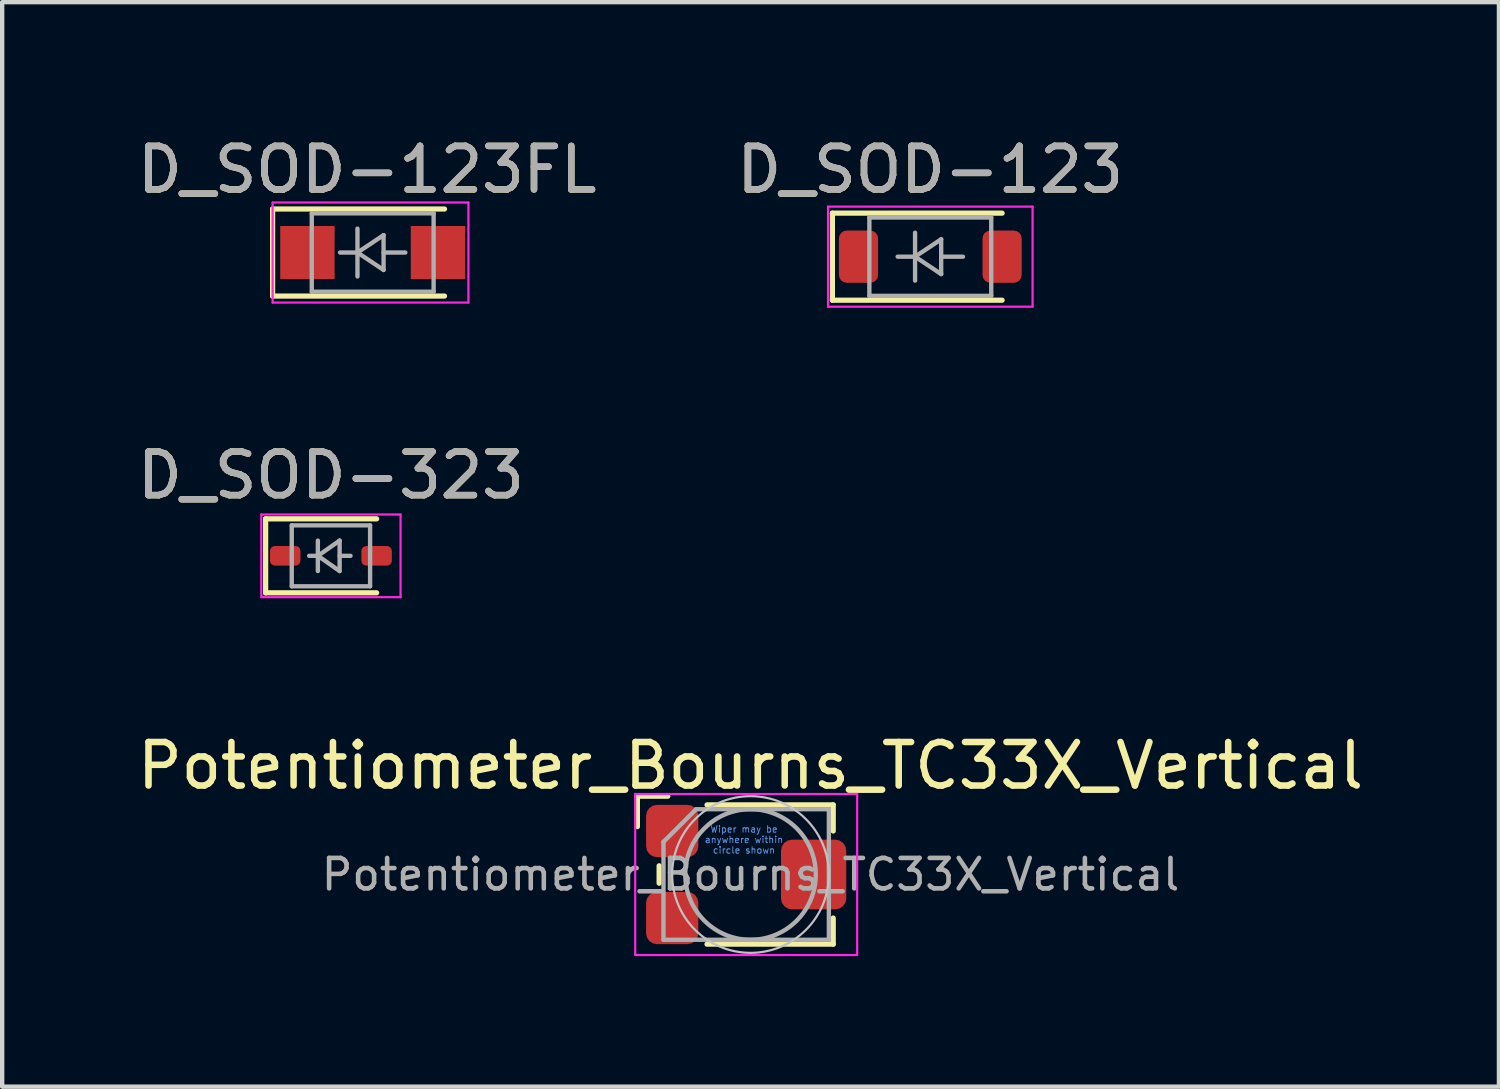
<source format=kicad_pcb>
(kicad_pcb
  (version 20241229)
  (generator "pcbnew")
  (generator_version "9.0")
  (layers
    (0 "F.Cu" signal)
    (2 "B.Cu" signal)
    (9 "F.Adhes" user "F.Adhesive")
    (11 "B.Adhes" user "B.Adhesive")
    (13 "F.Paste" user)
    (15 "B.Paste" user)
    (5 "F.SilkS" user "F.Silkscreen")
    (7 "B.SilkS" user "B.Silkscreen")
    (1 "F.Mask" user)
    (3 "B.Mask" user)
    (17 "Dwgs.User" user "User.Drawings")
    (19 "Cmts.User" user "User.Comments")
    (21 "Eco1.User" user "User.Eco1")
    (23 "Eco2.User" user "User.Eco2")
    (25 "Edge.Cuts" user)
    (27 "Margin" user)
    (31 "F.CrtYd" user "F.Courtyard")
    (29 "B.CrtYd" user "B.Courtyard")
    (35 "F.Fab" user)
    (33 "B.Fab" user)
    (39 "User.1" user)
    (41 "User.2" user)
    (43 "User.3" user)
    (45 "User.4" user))
  (footprint "D_SOD-123FL"
    (layer "F.Cu")
    (at 5.514 2.753)
    (property "Reference" "D_SOD-123FL" (at -0.127 -1.905 0) (layer "F.SilkS") (effects (font (size 1 1) (thickness 0.15))))
    (attr smd)
    (fp_line (start -2.3 -1) (end -2.3 1) (stroke (width 0.12) (type solid)) (layer "F.SilkS"))
    (fp_line (start -2.3 -1) (end 1.65 -1) (stroke (width 0.12) (type solid)) (layer "F.SilkS"))
    (fp_line (start -2.3 1) (end 1.65 1) (stroke (width 0.12) (type solid)) (layer "F.SilkS"))
    (fp_line (start -2.3 -1.15) (end -2.3 1.15) (stroke (width 0.05) (type solid)) (layer "F.CrtYd"))
    (fp_line (start -2.3 -1.15) (end 2.2 -1.15) (stroke (width 0.05) (type solid)) (layer "F.CrtYd"))
    (fp_line (start 2.2 -1.15) (end 2.2 1.15) (stroke (width 0.05) (type solid)) (layer "F.CrtYd"))
    (fp_line (start 2.2 1.15) (end -2.3 1.15) (stroke (width 0.05) (type solid)) (layer "F.CrtYd"))
    (fp_line (start -1.4 -0.9) (end 1.4 -0.9) (stroke (width 0.1) (type solid)) (layer "F.Fab"))
    (fp_line (start -1.4 0.9) (end -1.4 -0.9) (stroke (width 0.1) (type solid)) (layer "F.Fab"))
    (fp_line (start -0.75 0) (end -0.35 0) (stroke (width 0.1) (type solid)) (layer "F.Fab"))
    (fp_line (start -0.35 0) (end -0.35 -0.55) (stroke (width 0.1) (type solid)) (layer "F.Fab"))
    (fp_line (start -0.35 0) (end -0.35 0.55) (stroke (width 0.1) (type solid)) (layer "F.Fab"))
    (fp_line (start -0.35 0) (end 0.25 -0.4) (stroke (width 0.1) (type solid)) (layer "F.Fab"))
    (fp_line (start 0.25 -0.4) (end 0.25 0.4) (stroke (width 0.1) (type solid)) (layer "F.Fab"))
    (fp_line (start 0.25 0) (end 0.75 0) (stroke (width 0.1) (type solid)) (layer "F.Fab"))
    (fp_line (start 0.25 0.4) (end -0.35 0) (stroke (width 0.1) (type solid)) (layer "F.Fab"))
    (fp_line (start 1.4 -0.9) (end 1.4 0.9) (stroke (width 0.1) (type solid)) (layer "F.Fab"))
    (fp_line (start 1.4 0.9) (end -1.4 0.9) (stroke (width 0.1) (type solid)) (layer "F.Fab"))
    (fp_text user "${REFERENCE}" (at -0.127 -1.905 0) (layer "F.Fab") (effects (font (size 1 1) (thickness 0.15))))
    (pad "1" smd rect (at -1.5 0) (size 1.25 1.22) (layers "F.Cu" "F.Mask" "F.Paste"))
    (pad "2" smd rect (at 1.5 0) (size 1.25 1.22) (layers "F.Cu" "F.Mask" "F.Paste")))
  (footprint "D_SOD-123"
    (layer "F.Cu")
    (at 18.327 2.848)
    (property "Reference" "D_SOD-123" (at 0 -2 0) (layer "F.SilkS") (effects (font (size 1 1) (thickness 0.15))))
    (attr smd)
    (fp_line (start -2.25 -1) (end -2.25 1) (stroke (width 0.12) (type solid)) (layer "F.SilkS"))
    (fp_line (start -2.25 -1) (end 1.65 -1) (stroke (width 0.12) (type solid)) (layer "F.SilkS"))
    (fp_line (start -2.25 1) (end 1.65 1) (stroke (width 0.12) (type solid)) (layer "F.SilkS"))
    (fp_line (start -2.35 -1.15) (end -2.35 1.15) (stroke (width 0.05) (type solid)) (layer "F.CrtYd"))
    (fp_line (start -2.35 -1.15) (end 2.35 -1.15) (stroke (width 0.05) (type solid)) (layer "F.CrtYd"))
    (fp_line (start 2.35 -1.15) (end 2.35 1.15) (stroke (width 0.05) (type solid)) (layer "F.CrtYd"))
    (fp_line (start 2.35 1.15) (end -2.35 1.15) (stroke (width 0.05) (type solid)) (layer "F.CrtYd"))
    (fp_line (start -1.4 -0.9) (end 1.4 -0.9) (stroke (width 0.1) (type solid)) (layer "F.Fab"))
    (fp_line (start -1.4 0.9) (end -1.4 -0.9) (stroke (width 0.1) (type solid)) (layer "F.Fab"))
    (fp_line (start -0.75 0) (end -0.35 0) (stroke (width 0.1) (type solid)) (layer "F.Fab"))
    (fp_line (start -0.35 0) (end -0.35 -0.55) (stroke (width 0.1) (type solid)) (layer "F.Fab"))
    (fp_line (start -0.35 0) (end -0.35 0.55) (stroke (width 0.1) (type solid)) (layer "F.Fab"))
    (fp_line (start -0.35 0) (end 0.25 -0.4) (stroke (width 0.1) (type solid)) (layer "F.Fab"))
    (fp_line (start 0.25 -0.4) (end 0.25 0.4) (stroke (width 0.1) (type solid)) (layer "F.Fab"))
    (fp_line (start 0.25 0) (end 0.75 0) (stroke (width 0.1) (type solid)) (layer "F.Fab"))
    (fp_line (start 0.25 0.4) (end -0.35 0) (stroke (width 0.1) (type solid)) (layer "F.Fab"))
    (fp_line (start 1.4 -0.9) (end 1.4 0.9) (stroke (width 0.1) (type solid)) (layer "F.Fab"))
    (fp_line (start 1.4 0.9) (end -1.4 0.9) (stroke (width 0.1) (type solid)) (layer "F.Fab"))
    (fp_text user "${REFERENCE}" (at 0 -2 0) (layer "F.Fab") (effects (font (size 1 1) (thickness 0.15))))
    (pad "1" smd roundrect (at -1.65 0) (size 0.9 1.2) (layers "F.Cu" "F.Mask" "F.Paste") (roundrect_rratio 0.2))
    (pad "2" smd roundrect (at 1.65 0) (size 0.9 1.2) (layers "F.Cu" "F.Mask" "F.Paste") (roundrect_rratio 0.2)))
  (footprint "Potentiometer_Bourns_TC33X_Vertical"
    (layer "F.Cu")
    (at 14.196 17.045)
    (property "Reference" "Potentiometer_Bourns_TC33X_Vertical" (at 0 -2.5 0) (layer "F.SilkS") (effects (font (size 1 1) (thickness 0.15))))
    (attr smd)
    (fp_line (start -2.6 -1.8) (end -2.6 -1.1) (stroke (width 0.12) (type solid)) (layer "F.SilkS"))
    (fp_line (start -2.1 -0.2) (end -2.1 0.2) (stroke (width 0.12) (type solid)) (layer "F.SilkS"))
    (fp_line (start -1.9 -1.8) (end -2.6 -1.8) (stroke (width 0.12) (type solid)) (layer "F.SilkS"))
    (fp_line (start -1 -1.6) (end 1.9 -1.6) (stroke (width 0.12) (type solid)) (layer "F.SilkS"))
    (fp_line (start -1 1.6) (end 1.9 1.6) (stroke (width 0.12) (type solid)) (layer "F.SilkS"))
    (fp_line (start 1.9 -1.6) (end 1.9 -1) (stroke (width 0.12) (type solid)) (layer "F.SilkS"))
    (fp_line (start 1.9 1.6) (end 1.9 1) (stroke (width 0.12) (type solid)) (layer "F.SilkS"))
    (fp_circle (center 0 0) (end 1.8 0) (stroke (width 0.05) (type solid)) (fill no) (layer "Dwgs.User"))
    (fp_line (start -2.65 -1.85) (end 2.45 -1.85) (stroke (width 0.05) (type solid)) (layer "F.CrtYd"))
    (fp_line (start -2.65 1.85) (end -2.65 -1.85) (stroke (width 0.05) (type solid)) (layer "F.CrtYd"))
    (fp_line (start 2.45 -1.85) (end 2.45 1.85) (stroke (width 0.05) (type solid)) (layer "F.CrtYd"))
    (fp_line (start 2.45 1.85) (end -2.65 1.85) (stroke (width 0.05) (type solid)) (layer "F.CrtYd"))
    (fp_line (start -2 -0.75) (end -2 1.5) (stroke (width 0.1) (type solid)) (layer "F.Fab"))
    (fp_line (start -2 1.5) (end 1.8 1.5) (stroke (width 0.1) (type solid)) (layer "F.Fab"))
    (fp_line (start -1.25 -1.5) (end -2 -0.75) (stroke (width 0.1) (type solid)) (layer "F.Fab"))
    (fp_line (start 1.8 -1.5) (end -1.25 -1.5) (stroke (width 0.1) (type solid)) (layer "F.Fab"))
    (fp_line (start 1.8 1.5) (end 1.8 -1.5) (stroke (width 0.1) (type solid)) (layer "F.Fab"))
    (fp_circle (center 0 0) (end 1.5 0) (stroke (width 0.1) (type solid)) (fill no) (layer "F.Fab"))
    (fp_text user "Wiper may be\nanywhere within\ncircle shown" (at -0.15 -0.8 0) (layer "Cmts.User") (effects (font (size 0.15 0.15) (thickness 0.02))))
    (fp_text user "${REFERENCE}" (at 0 0 0) (layer "F.Fab") (effects (font (size 0.7 0.7) (thickness 0.105))))
    (pad "1" smd roundrect (at -1.8 -1) (size 1.2 1.2) (layers "F.Cu" "F.Mask" "F.Paste") (roundrect_rratio 0.208))
    (pad "2" smd roundrect (at 1.45 0) (size 1.5 1.6) (layers "F.Cu" "F.Mask" "F.Paste") (roundrect_rratio 0.167))
    (pad "3" smd roundrect (at -1.8 1) (size 1.2 1.2) (layers "F.Cu" "F.Mask" "F.Paste") (roundrect_rratio 0.208)))
  (footprint "D_SOD-323"
    (layer "F.Cu")
    (at 4.554 9.722)
    (property "Reference" "D_SOD-323" (at 0 -1.85 0) (layer "F.SilkS") (effects (font (size 1 1) (thickness 0.15))))
    (attr smd)
    (fp_line (start -1.5 -0.85) (end -1.5 0.85) (stroke (width 0.12) (type solid)) (layer "F.SilkS"))
    (fp_line (start -1.5 -0.85) (end 1.05 -0.85) (stroke (width 0.12) (type solid)) (layer "F.SilkS"))
    (fp_line (start -1.5 0.85) (end 1.05 0.85) (stroke (width 0.12) (type solid)) (layer "F.SilkS"))
    (fp_line (start -1.6 -0.95) (end -1.6 0.95) (stroke (width 0.05) (type solid)) (layer "F.CrtYd"))
    (fp_line (start -1.6 -0.95) (end 1.6 -0.95) (stroke (width 0.05) (type solid)) (layer "F.CrtYd"))
    (fp_line (start -1.6 0.95) (end 1.6 0.95) (stroke (width 0.05) (type solid)) (layer "F.CrtYd"))
    (fp_line (start 1.6 -0.95) (end 1.6 0.95) (stroke (width 0.05) (type solid)) (layer "F.CrtYd"))
    (fp_line (start -0.9 -0.7) (end 0.9 -0.7) (stroke (width 0.1) (type solid)) (layer "F.Fab"))
    (fp_line (start -0.9 0.7) (end -0.9 -0.7) (stroke (width 0.1) (type solid)) (layer "F.Fab"))
    (fp_line (start -0.3 -0.35) (end -0.3 0.35) (stroke (width 0.1) (type solid)) (layer "F.Fab"))
    (fp_line (start -0.3 0) (end -0.5 0) (stroke (width 0.1) (type solid)) (layer "F.Fab"))
    (fp_line (start -0.3 0) (end 0.2 -0.35) (stroke (width 0.1) (type solid)) (layer "F.Fab"))
    (fp_line (start 0.2 -0.35) (end 0.2 0.35) (stroke (width 0.1) (type solid)) (layer "F.Fab"))
    (fp_line (start 0.2 0) (end 0.45 0) (stroke (width 0.1) (type solid)) (layer "F.Fab"))
    (fp_line (start 0.2 0.35) (end -0.3 0) (stroke (width 0.1) (type solid)) (layer "F.Fab"))
    (fp_line (start 0.9 -0.7) (end 0.9 0.7) (stroke (width 0.1) (type solid)) (layer "F.Fab"))
    (fp_line (start 0.9 0.7) (end -0.9 0.7) (stroke (width 0.1) (type solid)) (layer "F.Fab"))
    (fp_text user "${REFERENCE}" (at 0 -1.85 0) (layer "F.Fab") (effects (font (size 1 1) (thickness 0.15))))
    (pad "1" smd roundrect (at -1.05 0) (size 0.7 0.45) (layers "F.Cu" "F.Mask" "F.Paste") (roundrect_rratio 0.25))
    (pad "2" smd roundrect (at 1.05 0) (size 0.7 0.45) (layers "F.Cu" "F.Mask" "F.Paste") (roundrect_rratio 0.25)))
  (gr_rect
    (start -3 -3)
    (end 31.393 21.92)
    (stroke (width 0.1) (type default))
    (fill no)
    (layer "Edge.Cuts")))
</source>
